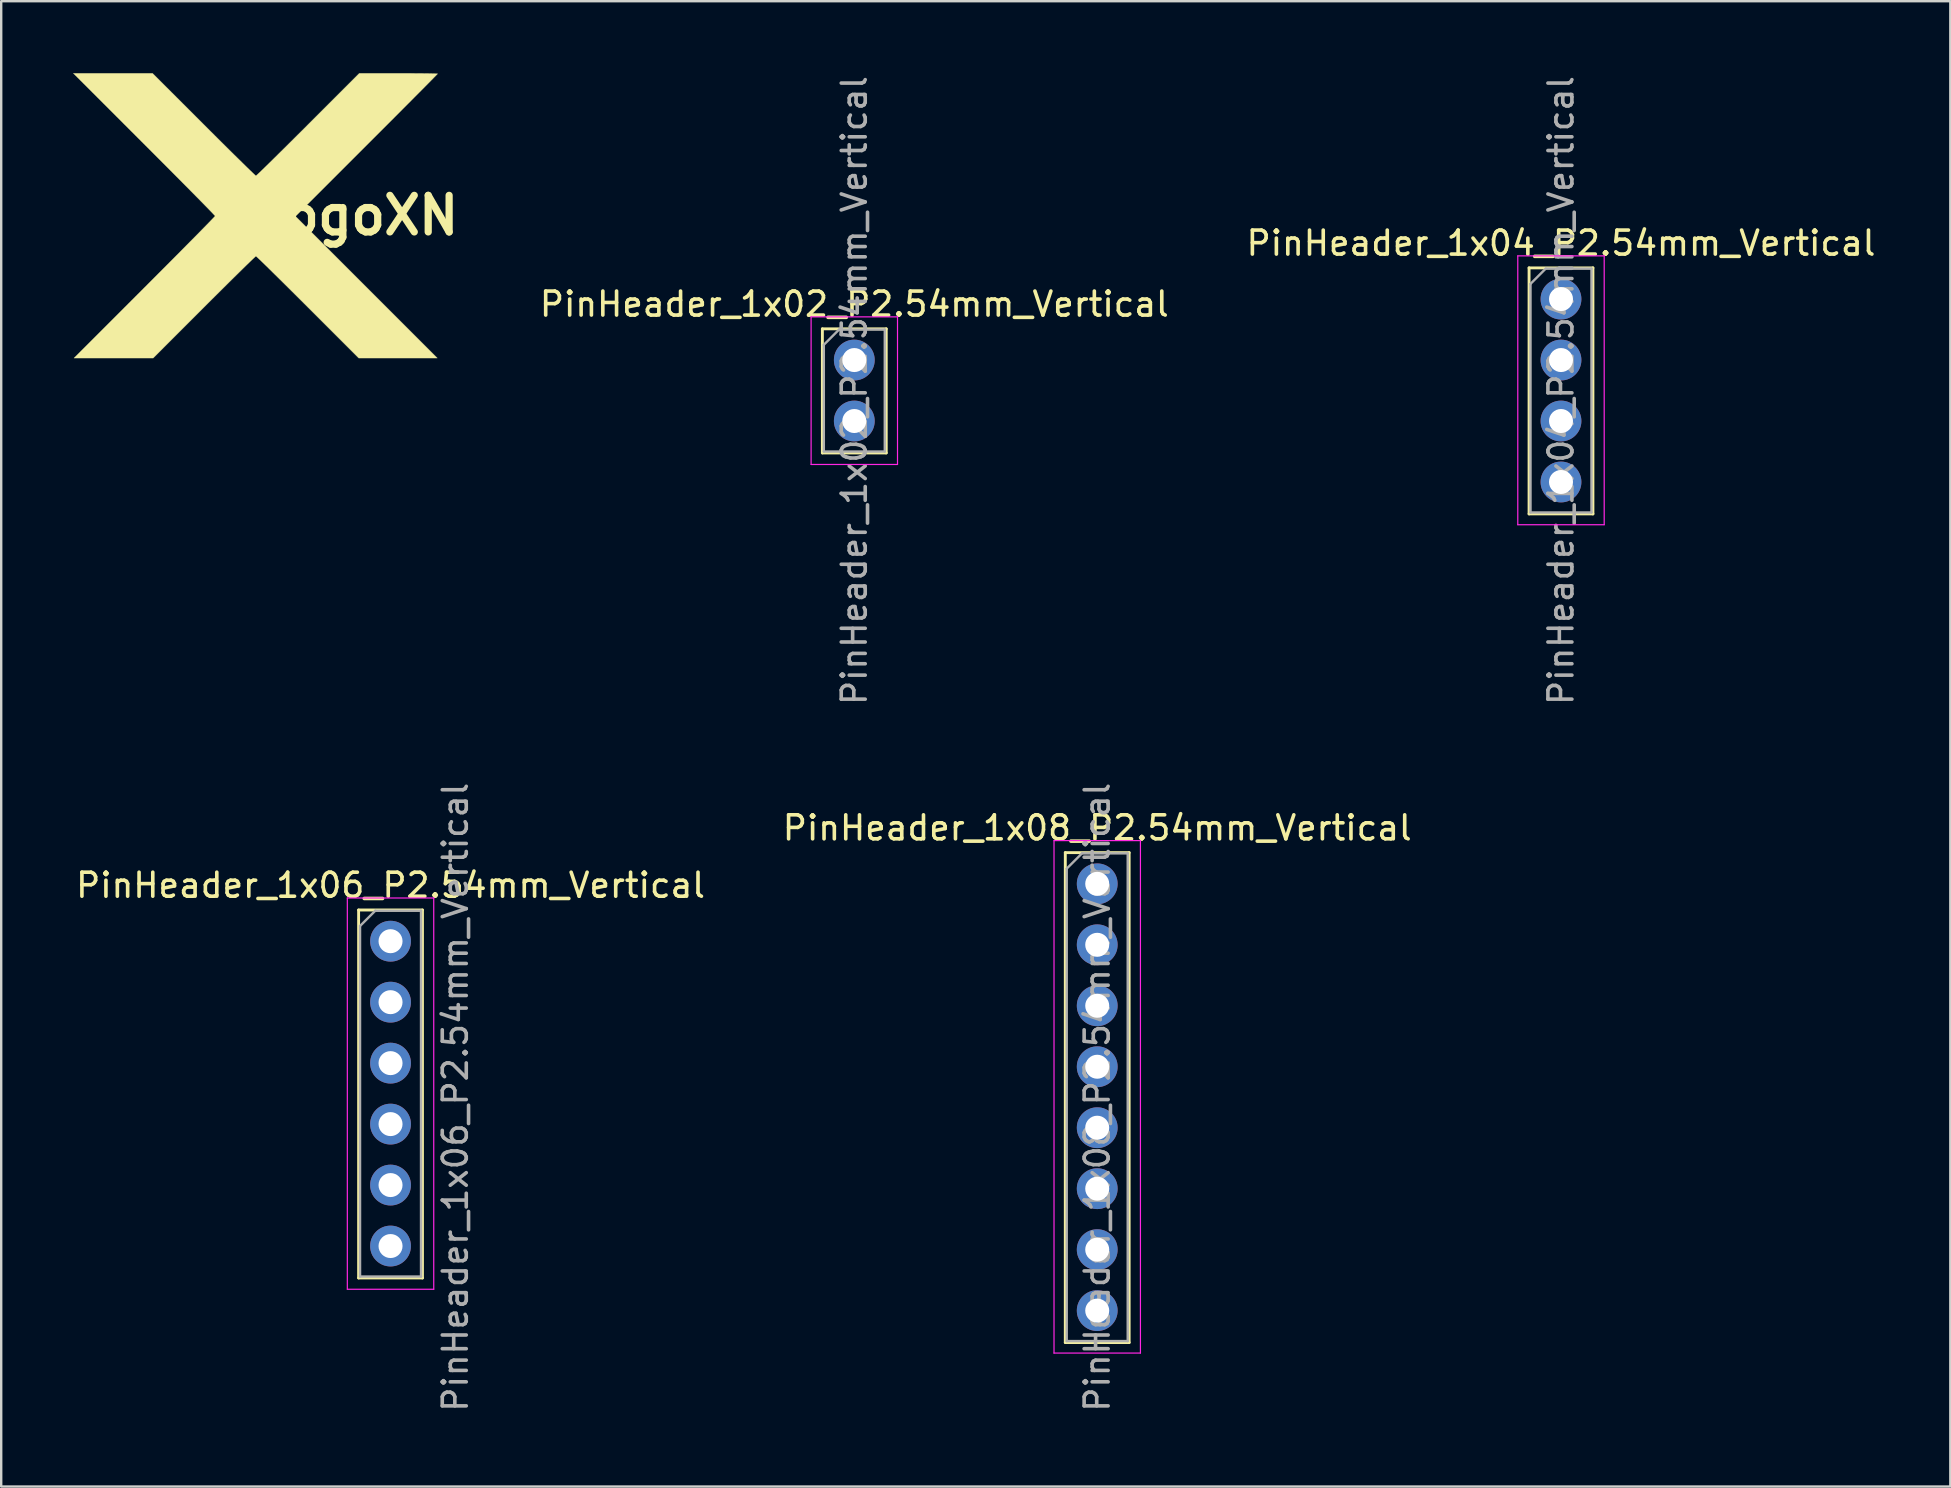
<source format=kicad_pcb>
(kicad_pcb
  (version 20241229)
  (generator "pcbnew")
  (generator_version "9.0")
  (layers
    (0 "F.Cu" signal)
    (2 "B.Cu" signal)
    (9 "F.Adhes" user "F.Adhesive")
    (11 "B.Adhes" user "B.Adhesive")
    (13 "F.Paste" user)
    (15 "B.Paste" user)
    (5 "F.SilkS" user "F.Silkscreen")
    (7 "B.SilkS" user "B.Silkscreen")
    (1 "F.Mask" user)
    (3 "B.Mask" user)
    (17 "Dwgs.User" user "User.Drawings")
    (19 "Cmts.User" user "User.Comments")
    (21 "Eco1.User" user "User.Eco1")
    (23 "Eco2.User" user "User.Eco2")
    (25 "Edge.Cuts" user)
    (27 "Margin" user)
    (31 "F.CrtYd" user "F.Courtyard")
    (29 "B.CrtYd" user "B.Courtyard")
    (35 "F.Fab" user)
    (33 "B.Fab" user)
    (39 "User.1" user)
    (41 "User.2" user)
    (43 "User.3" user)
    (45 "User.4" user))
  (footprint "PinHeader_1x04_P2.54mm_Vertical"
    (layer "F.Cu")
    (at 61.982 9.41)
    (property "Reference" "PinHeader_1x04_P2.54mm_Vertical" (at 0 -2.33 0) (layer "F.SilkS") (effects (font (size 1 1) (thickness 0.15))))
    (attr through_hole)
    (fp_line (start -1.33 -1.3) (end -1.33 8.95) (stroke (width 0.12) (type solid)) (layer "F.SilkS"))
    (fp_line (start -1.33 -1.3) (end 1.33 -1.3) (stroke (width 0.12) (type solid)) (layer "F.SilkS"))
    (fp_line (start -1.33 8.95) (end 1.33 8.95) (stroke (width 0.12) (type solid)) (layer "F.SilkS"))
    (fp_line (start 1.33 -1.3) (end 1.33 8.95) (stroke (width 0.12) (type solid)) (layer "F.SilkS"))
    (fp_line (start -1.8 -1.8) (end -1.8 9.4) (stroke (width 0.05) (type solid)) (layer "F.CrtYd"))
    (fp_line (start -1.8 9.4) (end 1.8 9.4) (stroke (width 0.05) (type solid)) (layer "F.CrtYd"))
    (fp_line (start 1.8 -1.8) (end -1.8 -1.8) (stroke (width 0.05) (type solid)) (layer "F.CrtYd"))
    (fp_line (start 1.8 9.4) (end 1.8 -1.8) (stroke (width 0.05) (type solid)) (layer "F.CrtYd"))
    (fp_line (start -1.27 -0.635) (end -0.635 -1.27) (stroke (width 0.1) (type solid)) (layer "F.Fab"))
    (fp_line (start -1.27 8.89) (end -1.27 -0.635) (stroke (width 0.1) (type solid)) (layer "F.Fab"))
    (fp_line (start -0.635 -1.27) (end 1.27 -1.27) (stroke (width 0.1) (type solid)) (layer "F.Fab"))
    (fp_line (start 1.27 -1.27) (end 1.27 8.89) (stroke (width 0.1) (type solid)) (layer "F.Fab"))
    (fp_line (start 1.27 8.89) (end -1.27 8.89) (stroke (width 0.1) (type solid)) (layer "F.Fab"))
    (fp_text user "${REFERENCE}" (at 0 3.81 90) (layer "F.Fab") (effects (font (size 1 1) (thickness 0.15))))
    (pad "1" thru_hole circle (at 0 0) (size 1.7 1.7) (drill 1) (layers "*.Cu" "*.Mask"))
    (pad "2" thru_hole oval (at 0 2.54) (size 1.7 1.7) (drill 1) (layers "*.Cu" "*.Mask"))
    (pad "3" thru_hole oval (at 0 5.08) (size 1.7 1.7) (drill 1) (layers "*.Cu" "*.Mask"))
    (pad "4" thru_hole oval (at 0 7.62) (size 1.7 1.7) (drill 1) (layers "*.Cu" "*.Mask")))
  (footprint "logoXN"
    (layer "F.Cu")
    (at 12.032 5.923)
    (property "Reference" "logoXN" (at 0 0 0) (layer "F.SilkS") (effects (font (size 1.524 1.524) (thickness 0.3))))
    (attr through_hole)
    (fp_poly (pts (xy -6.591 -3.785) (xy -6.317 -3.511) (xy -6.052 -3.247) (xy -5.8 -2.996) (xy -5.561 -2.759) (xy -5.339 -2.539) (xy -5.135 -2.339) (xy -4.952 -2.159) (xy -4.793 -2.003) (xy -4.658 -1.873) (xy -4.552 -1.771) (xy -4.475 -1.698) (xy -4.43 -1.659) (xy -4.419 -1.651) (xy -4.397 -1.669) (xy -4.341 -1.72) (xy -4.253 -1.803) (xy -4.137 -1.915) (xy -3.993 -2.055) (xy -3.825 -2.219) (xy -3.635 -2.406) (xy -3.425 -2.614) (xy -3.196 -2.84) (xy -2.953 -3.082) (xy -2.696 -3.338) (xy -2.427 -3.605) (xy -2.248 -3.785) (xy -0.115 -5.918) (xy 1.517 -5.918) (xy 1.8 -5.918) (xy 2.067 -5.917) (xy 2.315 -5.916) (xy 2.538 -5.914) (xy 2.734 -5.912) (xy 2.896 -5.909) (xy 3.022 -5.906) (xy 3.107 -5.903) (xy 3.147 -5.9) (xy 3.15 -5.899) (xy 3.132 -5.879) (xy 3.08 -5.826) (xy 2.996 -5.74) (xy 2.882 -5.624) (xy 2.739 -5.479) (xy 2.57 -5.308) (xy 2.376 -5.113) (xy 2.159 -4.895) (xy 1.922 -4.656) (xy 1.665 -4.398) (xy 1.391 -4.123) (xy 1.102 -3.833) (xy 0.799 -3.53) (xy 0.484 -3.215) (xy 0.19 -2.921) (xy -2.769 0.038) (xy 0.184 2.991) (xy 3.137 5.944) (xy -0.14 5.944) (xy -2.261 3.823) (xy -2.534 3.55) (xy -2.798 3.287) (xy -3.05 3.036) (xy -3.287 2.801) (xy -3.509 2.582) (xy -3.712 2.382) (xy -3.893 2.203) (xy -4.052 2.048) (xy -4.185 1.919) (xy -4.291 1.818) (xy -4.366 1.747) (xy -4.41 1.708) (xy -4.42 1.702) (xy -4.442 1.719) (xy -4.498 1.771) (xy -4.586 1.854) (xy -4.702 1.966) (xy -4.846 2.105) (xy -5.014 2.27) (xy -5.204 2.457) (xy -5.414 2.664) (xy -5.642 2.89) (xy -5.885 3.132) (xy -6.142 3.387) (xy -6.41 3.654) (xy -6.579 3.823) (xy -8.699 5.944) (xy -12.001 5.944) (xy -9.061 3.004) (xy -8.739 2.681) (xy -8.427 2.368) (xy -8.126 2.066) (xy -7.839 1.778) (xy -7.568 1.505) (xy -7.314 1.248) (xy -7.079 1.011) (xy -6.865 0.795) (xy -6.675 0.601) (xy -6.509 0.432) (xy -6.371 0.29) (xy -6.261 0.176) (xy -6.181 0.093) (xy -6.134 0.042) (xy -6.121 0.025) (xy -6.139 0.004) (xy -6.191 -0.052) (xy -6.275 -0.14) (xy -6.389 -0.258) (xy -6.532 -0.404) (xy -6.701 -0.577) (xy -6.895 -0.774) (xy -7.112 -0.994) (xy -7.35 -1.234) (xy -7.607 -1.493) (xy -7.881 -1.769) (xy -8.17 -2.06) (xy -8.473 -2.363) (xy -8.787 -2.678) (xy -9.074 -2.965) (xy -12.027 -5.918) (xy -10.376 -5.918) (xy -8.725 -5.918) (xy -6.591 -3.785)) (stroke (width 0.01) (type solid)) (fill yes) (layer "F.SilkS")))
  (footprint "PinHeader_1x08_P2.54mm_Vertical"
    (layer "F.Cu")
    (at 42.661 33.771)
    (property "Reference" "PinHeader_1x08_P2.54mm_Vertical" (at 0 -2.33 0) (layer "F.SilkS") (effects (font (size 1 1) (thickness 0.15))))
    (attr through_hole)
    (fp_line (start -1.33 -1.3) (end -1.33 19.11) (stroke (width 0.12) (type solid)) (layer "F.SilkS"))
    (fp_line (start -1.33 -1.3) (end 1.33 -1.3) (stroke (width 0.12) (type solid)) (layer "F.SilkS"))
    (fp_line (start -1.33 19.11) (end 1.33 19.11) (stroke (width 0.12) (type solid)) (layer "F.SilkS"))
    (fp_line (start 1.33 -1.3) (end 1.33 19.11) (stroke (width 0.12) (type solid)) (layer "F.SilkS"))
    (fp_line (start -1.8 -1.8) (end -1.8 19.55) (stroke (width 0.05) (type solid)) (layer "F.CrtYd"))
    (fp_line (start -1.8 19.55) (end 1.8 19.55) (stroke (width 0.05) (type solid)) (layer "F.CrtYd"))
    (fp_line (start 1.8 -1.8) (end -1.8 -1.8) (stroke (width 0.05) (type solid)) (layer "F.CrtYd"))
    (fp_line (start 1.8 19.55) (end 1.8 -1.8) (stroke (width 0.05) (type solid)) (layer "F.CrtYd"))
    (fp_line (start -1.27 -0.635) (end -0.635 -1.27) (stroke (width 0.1) (type solid)) (layer "F.Fab"))
    (fp_line (start -1.27 19.05) (end -1.27 -0.635) (stroke (width 0.1) (type solid)) (layer "F.Fab"))
    (fp_line (start -0.635 -1.27) (end 1.27 -1.27) (stroke (width 0.1) (type solid)) (layer "F.Fab"))
    (fp_line (start 1.27 -1.27) (end 1.27 19.05) (stroke (width 0.1) (type solid)) (layer "F.Fab"))
    (fp_line (start 1.27 19.05) (end -1.27 19.05) (stroke (width 0.1) (type solid)) (layer "F.Fab"))
    (fp_text user "${REFERENCE}" (at 0 8.89 90) (layer "F.Fab") (effects (font (size 1 1) (thickness 0.15))))
    (pad "1" thru_hole circle (at 0 0) (size 1.7 1.7) (drill 1) (layers "*.Cu" "*.Mask"))
    (pad "2" thru_hole oval (at 0 2.54) (size 1.7 1.7) (drill 1) (layers "*.Cu" "*.Mask"))
    (pad "3" thru_hole oval (at 0 5.08) (size 1.7 1.7) (drill 1) (layers "*.Cu" "*.Mask"))
    (pad "4" thru_hole oval (at 0 7.62) (size 1.7 1.7) (drill 1) (layers "*.Cu" "*.Mask"))
    (pad "5" thru_hole oval (at 0 10.16) (size 1.7 1.7) (drill 1) (layers "*.Cu" "*.Mask"))
    (pad "6" thru_hole oval (at 0 12.7) (size 1.7 1.7) (drill 1) (layers "*.Cu" "*.Mask"))
    (pad "7" thru_hole oval (at 0 15.24) (size 1.7 1.7) (drill 1) (layers "*.Cu" "*.Mask"))
    (pad "8" thru_hole oval (at 0 17.78) (size 1.7 1.7) (drill 1) (layers "*.Cu" "*.Mask")))
  (footprint "PinHeader_1x02_P2.54mm_Vertical"
    (layer "F.Cu")
    (at 32.541 11.95)
    (property "Reference" "PinHeader_1x02_P2.54mm_Vertical" (at 0 -2.33 0) (layer "F.SilkS") (effects (font (size 1 1) (thickness 0.15))))
    (attr through_hole)
    (fp_line (start -1.33 -1.3) (end -1.33 3.87) (stroke (width 0.12) (type solid)) (layer "F.SilkS"))
    (fp_line (start -1.33 -1.3) (end 1.33 -1.3) (stroke (width 0.12) (type solid)) (layer "F.SilkS"))
    (fp_line (start -1.33 3.87) (end 1.33 3.87) (stroke (width 0.12) (type solid)) (layer "F.SilkS"))
    (fp_line (start 1.33 -1.3) (end 1.33 3.87) (stroke (width 0.12) (type solid)) (layer "F.SilkS"))
    (fp_line (start -1.8 -1.8) (end -1.8 4.35) (stroke (width 0.05) (type solid)) (layer "F.CrtYd"))
    (fp_line (start -1.8 4.35) (end 1.8 4.35) (stroke (width 0.05) (type solid)) (layer "F.CrtYd"))
    (fp_line (start 1.8 -1.8) (end -1.8 -1.8) (stroke (width 0.05) (type solid)) (layer "F.CrtYd"))
    (fp_line (start 1.8 4.35) (end 1.8 -1.8) (stroke (width 0.05) (type solid)) (layer "F.CrtYd"))
    (fp_line (start -1.27 -0.635) (end -0.635 -1.27) (stroke (width 0.1) (type solid)) (layer "F.Fab"))
    (fp_line (start -1.27 3.81) (end -1.27 -0.635) (stroke (width 0.1) (type solid)) (layer "F.Fab"))
    (fp_line (start -0.635 -1.27) (end 1.27 -1.27) (stroke (width 0.1) (type solid)) (layer "F.Fab"))
    (fp_line (start 1.27 -1.27) (end 1.27 3.81) (stroke (width 0.1) (type solid)) (layer "F.Fab"))
    (fp_line (start 1.27 3.81) (end -1.27 3.81) (stroke (width 0.1) (type solid)) (layer "F.Fab"))
    (fp_text user "${REFERENCE}" (at 0 1.27 90) (layer "F.Fab") (effects (font (size 1 1) (thickness 0.15))))
    (pad "1" thru_hole circle (at 0 0) (size 1.7 1.7) (drill 1) (layers "*.Cu" "*.Mask"))
    (pad "2" thru_hole oval (at 0 2.54) (size 1.7 1.7) (drill 1) (layers "*.Cu" "*.Mask")))
  (footprint "PinHeader_1x06_P2.54mm_Vertical"
    (layer "F.Cu")
    (at 13.22 36.161)
    (property "Reference" "PinHeader_1x06_P2.54mm_Vertical" (at 0 -2.33 0) (layer "F.SilkS") (effects (font (size 1 1) (thickness 0.15))))
    (attr through_hole)
    (fp_line (start -1.33 -1.3) (end -1.33 14.03) (stroke (width 0.12) (type solid)) (layer "F.SilkS"))
    (fp_line (start -1.33 -1.3) (end 1.33 -1.3) (stroke (width 0.12) (type solid)) (layer "F.SilkS"))
    (fp_line (start -1.33 14.03) (end 1.33 14.03) (stroke (width 0.12) (type solid)) (layer "F.SilkS"))
    (fp_line (start 1.33 -1.3) (end 1.33 14.03) (stroke (width 0.12) (type solid)) (layer "F.SilkS"))
    (fp_line (start -1.8 -1.8) (end -1.8 14.5) (stroke (width 0.05) (type solid)) (layer "F.CrtYd"))
    (fp_line (start -1.8 14.5) (end 1.8 14.5) (stroke (width 0.05) (type solid)) (layer "F.CrtYd"))
    (fp_line (start 1.8 -1.8) (end -1.8 -1.8) (stroke (width 0.05) (type solid)) (layer "F.CrtYd"))
    (fp_line (start 1.8 14.5) (end 1.8 -1.8) (stroke (width 0.05) (type solid)) (layer "F.CrtYd"))
    (fp_line (start -1.27 -0.635) (end -0.635 -1.27) (stroke (width 0.1) (type solid)) (layer "F.Fab"))
    (fp_line (start -1.27 13.97) (end -1.27 -0.635) (stroke (width 0.1) (type solid)) (layer "F.Fab"))
    (fp_line (start -0.635 -1.27) (end 1.27 -1.27) (stroke (width 0.1) (type solid)) (layer "F.Fab"))
    (fp_line (start 1.27 -1.27) (end 1.27 13.97) (stroke (width 0.1) (type solid)) (layer "F.Fab"))
    (fp_line (start 1.27 13.97) (end -1.27 13.97) (stroke (width 0.1) (type solid)) (layer "F.Fab"))
    (fp_text user "${REFERENCE}" (at 2.7 6.5 90) (layer "F.Fab") (effects (font (size 1 1) (thickness 0.15))))
    (pad "1" thru_hole circle (at 0 0) (size 1.7 1.7) (drill 1) (layers "*.Cu" "*.Mask"))
    (pad "2" thru_hole oval (at 0 2.54) (size 1.7 1.7) (drill 1) (layers "*.Cu" "*.Mask"))
    (pad "3" thru_hole oval (at 0 5.08) (size 1.7 1.7) (drill 1) (layers "*.Cu" "*.Mask"))
    (pad "4" thru_hole oval (at 0 7.62) (size 1.7 1.7) (drill 1) (layers "*.Cu" "*.Mask"))
    (pad "5" thru_hole oval (at 0 10.16) (size 1.7 1.7) (drill 1) (layers "*.Cu" "*.Mask"))
    (pad "6" thru_hole oval (at 0 12.7) (size 1.7 1.7) (drill 1) (layers "*.Cu" "*.Mask")))
  (gr_rect
    (start -3 -3)
    (end 78.202 58.881)
    (stroke (width 0.1) (type default))
    (fill no)
    (layer "Edge.Cuts")))
</source>
